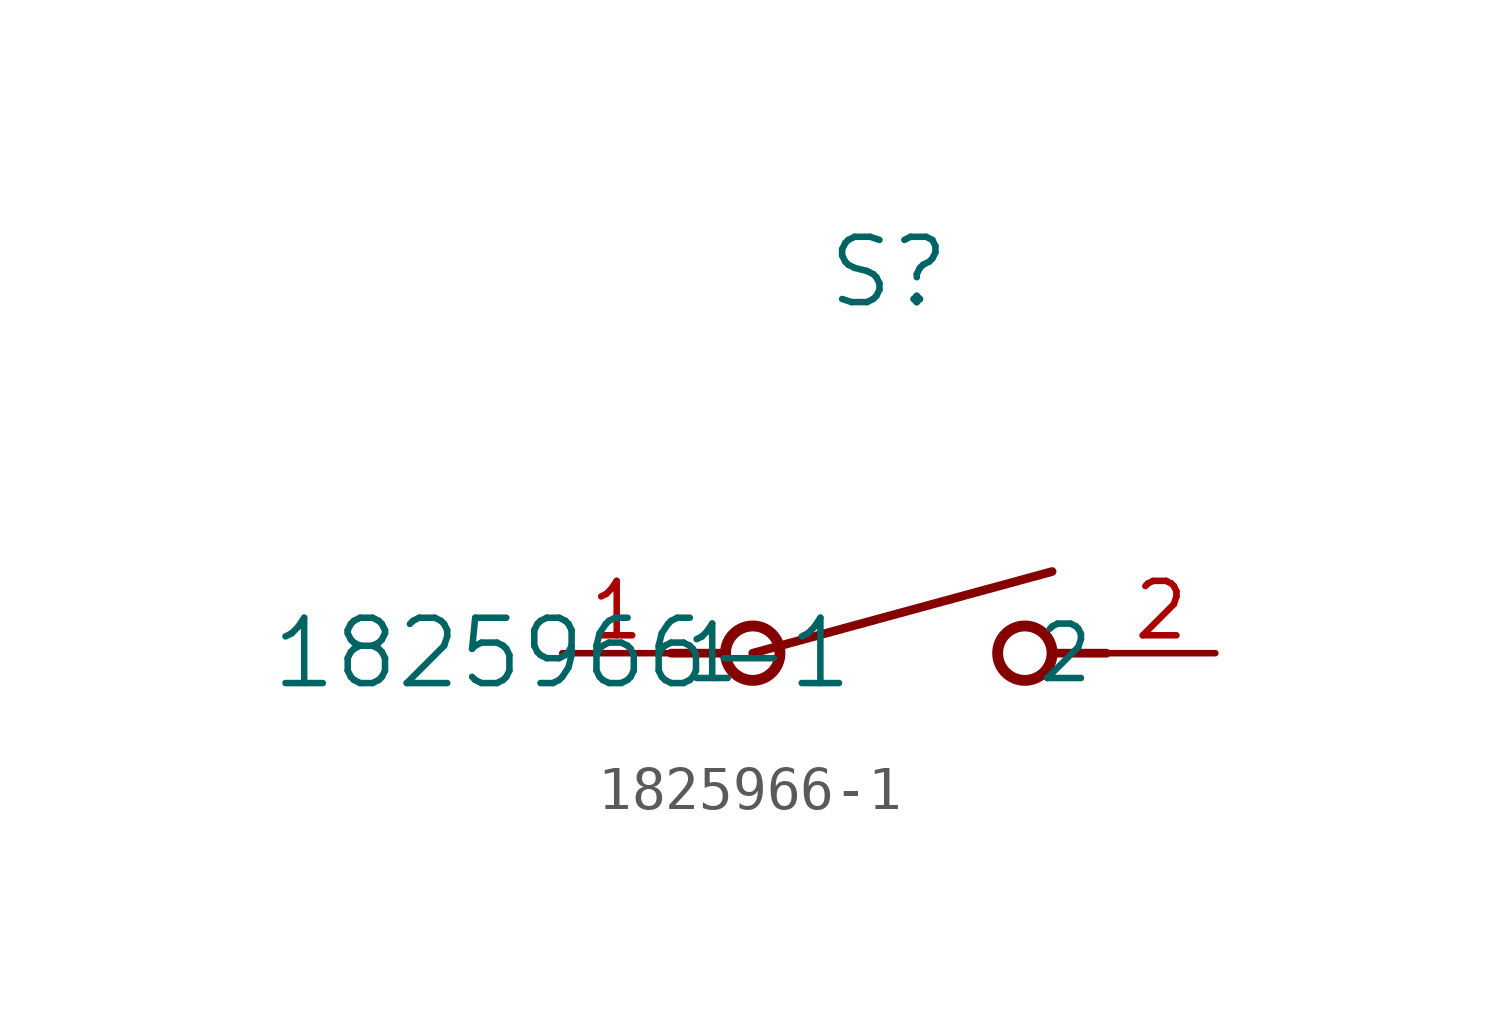
<source format=kicad_sym>
(kicad_symbol_lib
  (version 20211014)
  (generator kicad_symbol_editor)
  (symbol "1825966-1"
    (pin_names
      (offset 0.254))
    (property "Reference" "S"
      (at 7.62 8.89 0)
      (effects (font (size 1.524 1.524))))
    (property "Value" "1825966-1"
      (at 0 0 0)
      (effects (font (size 1.524 1.524))))
    (symbol "1825966-1_0_1"
      (polyline (pts (xy 2.54 0) (xy 3.81 0)) (stroke (width 0.203) (type default) (color 0 0 0 0)) (fill (type none)))
      (circle (center 10.795 0) (radius 0.635) (stroke (width 0.254) (type default) (color 0 0 0 0)) (fill (type none)))
      (circle (center 4.445 0) (radius 0.635) (stroke (width 0.254) (type default) (color 0 0 0 0)) (fill (type none)))
      (polyline (pts (xy 12.7 0) (xy 11.43 0)) (stroke (width 0.203) (type default) (color 0 0 0 0)) (fill (type none)))
      (polyline (pts (xy 4.445 0) (xy 11.43 1.905)) (stroke (width 0.203) (type default) (color 0 0 0 0)) (fill (type none)))
      (pin unspecified line (at 0 0 0) (length 2.54) (name "1" (effects (font (size 1.27 1.27)))) (number "1" (effects (font (size 1.27 1.27)))))
      (pin unspecified line (at 15.24 0 180) (length 2.54) (name "2" (effects (font (size 1.27 1.27)))) (number "2" (effects (font (size 1.27 1.27))))))))
</source>
